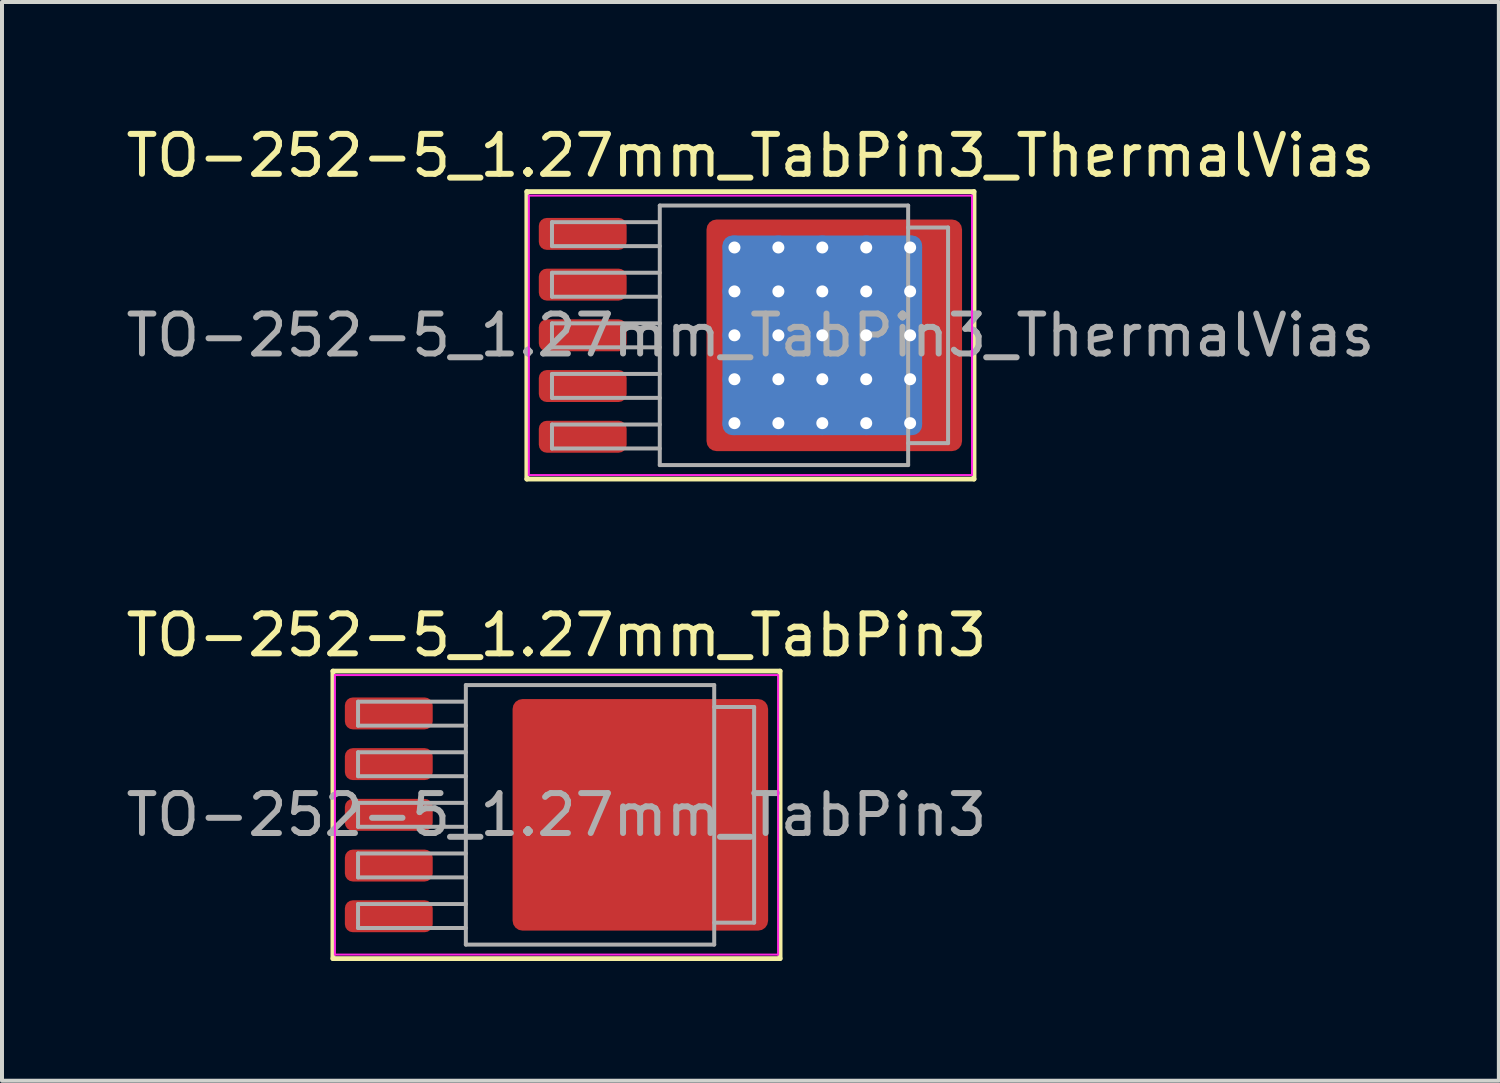
<source format=kicad_pcb>
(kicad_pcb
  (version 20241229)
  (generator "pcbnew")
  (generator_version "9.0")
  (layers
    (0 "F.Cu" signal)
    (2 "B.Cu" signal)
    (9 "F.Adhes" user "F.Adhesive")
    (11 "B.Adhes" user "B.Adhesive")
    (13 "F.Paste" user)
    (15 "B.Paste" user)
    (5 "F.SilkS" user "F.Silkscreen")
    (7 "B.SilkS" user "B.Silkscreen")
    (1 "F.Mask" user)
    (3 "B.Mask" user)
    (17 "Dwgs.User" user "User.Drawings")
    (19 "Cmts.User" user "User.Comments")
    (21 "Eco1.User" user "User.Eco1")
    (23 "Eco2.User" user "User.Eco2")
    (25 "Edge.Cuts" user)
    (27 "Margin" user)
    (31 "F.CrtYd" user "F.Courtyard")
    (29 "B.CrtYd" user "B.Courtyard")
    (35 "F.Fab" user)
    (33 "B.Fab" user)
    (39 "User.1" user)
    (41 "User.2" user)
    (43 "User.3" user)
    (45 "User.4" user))
  (footprint "TO-252-5_1.27mm_TabPin3"
    (layer "F.Cu")
    (at 10.887 17.357)
    (property "Reference" "TO-252-5_1.27mm_TabPin3" (at 0 -4.5 0) (layer "F.SilkS") (effects (font (size 1 1) (thickness 0.15))))
    (attr smd)
    (fp_line (start -5.6 -3.6) (end -5.6 3.6) (stroke (width 0.12) (type solid)) (layer "F.SilkS"))
    (fp_line (start -5.6 3.6) (end 5.6 3.6) (stroke (width 0.12) (type solid)) (layer "F.SilkS"))
    (fp_line (start 5.6 -3.6) (end -5.6 -3.6) (stroke (width 0.12) (type solid)) (layer "F.SilkS"))
    (fp_line (start 5.6 3.6) (end 5.6 -3.6) (stroke (width 0.12) (type solid)) (layer "F.SilkS"))
    (fp_line (start -5.55 -3.5) (end -5.55 3.5) (stroke (width 0.05) (type solid)) (layer "F.CrtYd"))
    (fp_line (start -5.55 3.5) (end 5.55 3.5) (stroke (width 0.05) (type solid)) (layer "F.CrtYd"))
    (fp_line (start 5.55 -3.5) (end -5.55 -3.5) (stroke (width 0.05) (type solid)) (layer "F.CrtYd"))
    (fp_line (start 5.55 3.5) (end 5.55 -3.5) (stroke (width 0.05) (type solid)) (layer "F.CrtYd"))
    (fp_line (start -4.97 -2.834) (end -4.97 -2.234) (stroke (width 0.1) (type solid)) (layer "F.Fab"))
    (fp_line (start -4.97 -2.234) (end -2.27 -2.234) (stroke (width 0.1) (type solid)) (layer "F.Fab"))
    (fp_line (start -4.97 -1.567) (end -4.97 -0.967) (stroke (width 0.1) (type solid)) (layer "F.Fab"))
    (fp_line (start -4.97 -0.967) (end -2.27 -0.967) (stroke (width 0.1) (type solid)) (layer "F.Fab"))
    (fp_line (start -4.97 -0.3) (end -4.97 0.3) (stroke (width 0.1) (type solid)) (layer "F.Fab"))
    (fp_line (start -4.97 0.3) (end -2.27 0.3) (stroke (width 0.1) (type solid)) (layer "F.Fab"))
    (fp_line (start -4.97 0.967) (end -4.97 1.567) (stroke (width 0.1) (type solid)) (layer "F.Fab"))
    (fp_line (start -4.97 1.567) (end -2.27 1.567) (stroke (width 0.1) (type solid)) (layer "F.Fab"))
    (fp_line (start -4.97 2.234) (end -4.97 2.834) (stroke (width 0.1) (type solid)) (layer "F.Fab"))
    (fp_line (start -4.97 2.834) (end -2.27 2.834) (stroke (width 0.1) (type solid)) (layer "F.Fab"))
    (fp_line (start -2.3 -2.834) (end -4.97 -2.834) (stroke (width 0.1) (type solid)) (layer "F.Fab"))
    (fp_line (start -2.27 -3.25) (end 3.95 -3.25) (stroke (width 0.1) (type solid)) (layer "F.Fab"))
    (fp_line (start -2.27 -1.567) (end -4.97 -1.567) (stroke (width 0.1) (type solid)) (layer "F.Fab"))
    (fp_line (start -2.27 -0.3) (end -4.97 -0.3) (stroke (width 0.1) (type solid)) (layer "F.Fab"))
    (fp_line (start -2.27 0.967) (end -4.97 0.967) (stroke (width 0.1) (type solid)) (layer "F.Fab"))
    (fp_line (start -2.27 2.234) (end -4.97 2.234) (stroke (width 0.1) (type solid)) (layer "F.Fab"))
    (fp_line (start -2.27 3.25) (end -2.27 -3.25) (stroke (width 0.1) (type solid)) (layer "F.Fab"))
    (fp_line (start 3.95 -3.25) (end 3.95 3.25) (stroke (width 0.1) (type solid)) (layer "F.Fab"))
    (fp_line (start 3.95 -2.7) (end 4.95 -2.7) (stroke (width 0.1) (type solid)) (layer "F.Fab"))
    (fp_line (start 3.95 3.25) (end -2.27 3.25) (stroke (width 0.1) (type solid)) (layer "F.Fab"))
    (fp_line (start 4.95 -2.7) (end 4.95 2.7) (stroke (width 0.1) (type solid)) (layer "F.Fab"))
    (fp_line (start 4.95 2.7) (end 3.95 2.7) (stroke (width 0.1) (type solid)) (layer "F.Fab"))
    (fp_text user "${REFERENCE}" (at 0 0 0) (layer "F.Fab") (effects (font (size 1 1) (thickness 0.15))))
    (pad "" smd roundrect (at 0 -1.9) (size 1.8 1.6) (layers "F.Paste") (roundrect_rratio 0.167))
    (pad "" smd roundrect (at 0 0) (size 1.8 1.6) (layers "F.Paste") (roundrect_rratio 0.167))
    (pad "" smd roundrect (at 0 1.9) (size 1.8 1.6) (layers "F.Paste") (roundrect_rratio 0.167))
    (pad "" smd roundrect (at 2.1 -1.9) (size 1.8 1.6) (layers "F.Paste") (roundrect_rratio 0.167))
    (pad "" smd roundrect (at 2.1 0) (size 1.8 1.6) (layers "F.Paste") (roundrect_rratio 0.167))
    (pad "" smd roundrect (at 2.1 1.9) (size 1.8 1.6) (layers "F.Paste") (roundrect_rratio 0.167))
    (pad "" smd roundrect (at 4.2 -1.9) (size 1.8 1.6) (layers "F.Paste") (roundrect_rratio 0.167))
    (pad "" smd roundrect (at 4.2 0) (size 1.8 1.6) (layers "F.Paste") (roundrect_rratio 0.167))
    (pad "" smd roundrect (at 4.2 1.9) (size 1.8 1.6) (layers "F.Paste") (roundrect_rratio 0.167))
    (pad "1" smd roundrect (at -4.2 -2.54) (size 2.2 0.8) (layers "F.Cu" "F.Mask" "F.Paste") (roundrect_rratio 0.25))
    (pad "2" smd roundrect (at -4.2 -1.27) (size 2.2 0.8) (layers "F.Cu" "F.Mask" "F.Paste") (roundrect_rratio 0.25))
    (pad "3" smd roundrect (at -4.2 0) (size 2.2 0.8) (layers "F.Cu" "F.Mask" "F.Paste") (roundrect_rratio 0.25))
    (pad "3" smd roundrect (at 2.1 0) (size 6.4 5.8) (layers "F.Cu" "F.Mask") (roundrect_rratio 0.043))
    (pad "4" smd roundrect (at -4.2 1.27) (size 2.2 0.8) (layers "F.Cu" "F.Mask" "F.Paste") (roundrect_rratio 0.25))
    (pad "5" smd roundrect (at -4.2 2.54) (size 2.2 0.8) (layers "F.Cu" "F.Mask" "F.Paste") (roundrect_rratio 0.25)))
  (footprint "TO-252-5_1.27mm_TabPin3_ThermalVias"
    (layer "F.Cu")
    (at 15.744 5.348)
    (property "Reference" "TO-252-5_1.27mm_TabPin3_ThermalVias" (at 0 -4.5 0) (layer "F.SilkS") (effects (font (size 1 1) (thickness 0.15))))
    (attr smd)
    (fp_line (start -5.6 -3.6) (end -5.6 3.6) (stroke (width 0.12) (type solid)) (layer "F.SilkS"))
    (fp_line (start -5.6 3.6) (end 5.6 3.6) (stroke (width 0.12) (type solid)) (layer "F.SilkS"))
    (fp_line (start 5.6 -3.6) (end -5.6 -3.6) (stroke (width 0.12) (type solid)) (layer "F.SilkS"))
    (fp_line (start 5.6 3.6) (end 5.6 -3.6) (stroke (width 0.12) (type solid)) (layer "F.SilkS"))
    (fp_line (start -5.55 -3.5) (end -5.55 3.5) (stroke (width 0.05) (type solid)) (layer "F.CrtYd"))
    (fp_line (start -5.55 3.5) (end 5.55 3.5) (stroke (width 0.05) (type solid)) (layer "F.CrtYd"))
    (fp_line (start 5.55 -3.5) (end -5.55 -3.5) (stroke (width 0.05) (type solid)) (layer "F.CrtYd"))
    (fp_line (start 5.55 3.5) (end 5.55 -3.5) (stroke (width 0.05) (type solid)) (layer "F.CrtYd"))
    (fp_line (start -4.97 -2.834) (end -4.97 -2.234) (stroke (width 0.1) (type solid)) (layer "F.Fab"))
    (fp_line (start -4.97 -2.234) (end -2.27 -2.234) (stroke (width 0.1) (type solid)) (layer "F.Fab"))
    (fp_line (start -4.97 -1.567) (end -4.97 -0.967) (stroke (width 0.1) (type solid)) (layer "F.Fab"))
    (fp_line (start -4.97 -0.967) (end -2.27 -0.967) (stroke (width 0.1) (type solid)) (layer "F.Fab"))
    (fp_line (start -4.97 -0.3) (end -4.97 0.3) (stroke (width 0.1) (type solid)) (layer "F.Fab"))
    (fp_line (start -4.97 0.3) (end -2.27 0.3) (stroke (width 0.1) (type solid)) (layer "F.Fab"))
    (fp_line (start -4.97 0.967) (end -4.97 1.567) (stroke (width 0.1) (type solid)) (layer "F.Fab"))
    (fp_line (start -4.97 1.567) (end -2.27 1.567) (stroke (width 0.1) (type solid)) (layer "F.Fab"))
    (fp_line (start -4.97 2.234) (end -4.97 2.834) (stroke (width 0.1) (type solid)) (layer "F.Fab"))
    (fp_line (start -4.97 2.834) (end -2.27 2.834) (stroke (width 0.1) (type solid)) (layer "F.Fab"))
    (fp_line (start -2.3 -2.834) (end -4.97 -2.834) (stroke (width 0.1) (type solid)) (layer "F.Fab"))
    (fp_line (start -2.27 -3.25) (end 3.95 -3.25) (stroke (width 0.1) (type solid)) (layer "F.Fab"))
    (fp_line (start -2.27 -1.567) (end -4.97 -1.567) (stroke (width 0.1) (type solid)) (layer "F.Fab"))
    (fp_line (start -2.27 -0.3) (end -4.97 -0.3) (stroke (width 0.1) (type solid)) (layer "F.Fab"))
    (fp_line (start -2.27 0.967) (end -4.97 0.967) (stroke (width 0.1) (type solid)) (layer "F.Fab"))
    (fp_line (start -2.27 2.234) (end -4.97 2.234) (stroke (width 0.1) (type solid)) (layer "F.Fab"))
    (fp_line (start -2.27 3.25) (end -2.27 -3.25) (stroke (width 0.1) (type solid)) (layer "F.Fab"))
    (fp_line (start 3.95 -3.25) (end 3.95 3.25) (stroke (width 0.1) (type solid)) (layer "F.Fab"))
    (fp_line (start 3.95 -2.7) (end 4.95 -2.7) (stroke (width 0.1) (type solid)) (layer "F.Fab"))
    (fp_line (start 3.95 3.25) (end -2.27 3.25) (stroke (width 0.1) (type solid)) (layer "F.Fab"))
    (fp_line (start 4.95 -2.7) (end 4.95 2.7) (stroke (width 0.1) (type solid)) (layer "F.Fab"))
    (fp_line (start 4.95 2.7) (end 3.95 2.7) (stroke (width 0.1) (type solid)) (layer "F.Fab"))
    (fp_text user "${REFERENCE}" (at 0 0 0) (layer "F.Fab") (effects (font (size 1 1) (thickness 0.15))))
    (pad "" smd roundrect (at -0.8 -2.55 90) (size 0.5 0.5) (layers "F.Paste") (roundrect_rratio 0.25))
    (pad "" smd roundrect (at -0.8 -1.65 90) (size 0.9 0.5) (layers "F.Paste") (roundrect_rratio 0.25))
    (pad "" smd roundrect (at -0.8 -0.55 90) (size 0.9 0.5) (layers "F.Paste") (roundrect_rratio 0.25))
    (pad "" smd roundrect (at -0.8 0.55 90) (size 0.9 0.5) (layers "F.Paste") (roundrect_rratio 0.25))
    (pad "" smd roundrect (at -0.8 1.65 90) (size 0.9 0.5) (layers "F.Paste") (roundrect_rratio 0.25))
    (pad "" smd roundrect (at -0.8 2.6 90) (size 0.5 0.5) (layers "F.Paste") (roundrect_rratio 0.25))
    (pad "" smd roundrect (at 0.15 -2.55) (size 0.9 0.5) (layers "F.Paste") (roundrect_rratio 0.25))
    (pad "" smd roundrect (at 0.15 -1.65) (size 0.9 0.9) (layers "F.Paste") (roundrect_rratio 0.25))
    (pad "" smd roundrect (at 0.15 -0.55) (size 0.9 0.9) (layers "F.Paste") (roundrect_rratio 0.25))
    (pad "" smd roundrect (at 0.15 0.55) (size 0.9 0.9) (layers "F.Paste") (roundrect_rratio 0.25))
    (pad "" smd roundrect (at 0.15 1.65) (size 0.9 0.9) (layers "F.Paste") (roundrect_rratio 0.25))
    (pad "" smd roundrect (at 0.15 2.6) (size 0.9 0.5) (layers "F.Paste") (roundrect_rratio 0.25))
    (pad "" smd roundrect (at 1.25 -2.55) (size 0.9 0.5) (layers "F.Paste") (roundrect_rratio 0.25))
    (pad "" smd roundrect (at 1.25 -1.65) (size 0.9 0.9) (layers "F.Paste") (roundrect_rratio 0.25))
    (pad "" smd roundrect (at 1.25 -0.55) (size 0.9 0.9) (layers "F.Paste") (roundrect_rratio 0.25))
    (pad "" smd roundrect (at 1.25 0.55) (size 0.9 0.9) (layers "F.Paste") (roundrect_rratio 0.25))
    (pad "" smd roundrect (at 1.25 1.65) (size 0.9 0.9) (layers "F.Paste") (roundrect_rratio 0.25))
    (pad "" smd roundrect (at 1.25 2.6) (size 0.9 0.5) (layers "F.Paste") (roundrect_rratio 0.25))
    (pad "" smd roundrect (at 2.35 -2.55) (size 0.9 0.5) (layers "F.Paste") (roundrect_rratio 0.25))
    (pad "" smd roundrect (at 2.35 -1.65) (size 0.9 0.9) (layers "F.Paste") (roundrect_rratio 0.25))
    (pad "" smd roundrect (at 2.35 -0.55) (size 0.9 0.9) (layers "F.Paste") (roundrect_rratio 0.25))
    (pad "" smd roundrect (at 2.35 0.55) (size 0.9 0.9) (layers "F.Paste") (roundrect_rratio 0.25))
    (pad "" smd roundrect (at 2.35 1.65) (size 0.9 0.9) (layers "F.Paste") (roundrect_rratio 0.25))
    (pad "" smd roundrect (at 2.35 2.6) (size 0.9 0.5) (layers "F.Paste") (roundrect_rratio 0.25))
    (pad "" smd roundrect (at 3.45 -2.55) (size 0.9 0.5) (layers "F.Paste") (roundrect_rratio 0.25))
    (pad "" smd roundrect (at 3.45 -1.65) (size 0.9 0.9) (layers "F.Paste") (roundrect_rratio 0.25))
    (pad "" smd roundrect (at 3.45 -0.55) (size 0.9 0.9) (layers "F.Paste") (roundrect_rratio 0.25))
    (pad "" smd roundrect (at 3.45 0.55) (size 0.9 0.9) (layers "F.Paste") (roundrect_rratio 0.25))
    (pad "" smd roundrect (at 3.45 1.65) (size 0.9 0.9) (layers "F.Paste") (roundrect_rratio 0.25))
    (pad "" smd roundrect (at 3.45 2.6) (size 0.9 0.5) (layers "F.Paste") (roundrect_rratio 0.25))
    (pad "" smd roundrect (at 4.6 -2.55 90) (size 0.5 0.9) (layers "F.Paste") (roundrect_rratio 0.25))
    (pad "" smd roundrect (at 4.6 -1.65 90) (size 0.9 0.9) (layers "F.Paste") (roundrect_rratio 0.25))
    (pad "" smd roundrect (at 4.6 -0.55 90) (size 0.9 0.9) (layers "F.Paste") (roundrect_rratio 0.25))
    (pad "" smd roundrect (at 4.6 0.55 90) (size 0.9 0.9) (layers "F.Paste") (roundrect_rratio 0.25))
    (pad "" smd roundrect (at 4.6 1.65 90) (size 0.9 0.9) (layers "F.Paste") (roundrect_rratio 0.25))
    (pad "" smd roundrect (at 4.6 2.6 90) (size 0.5 0.9) (layers "F.Paste") (roundrect_rratio 0.25))
    (pad "1" smd roundrect (at -4.2 -2.54) (size 2.2 0.8) (layers "F.Cu" "F.Mask" "F.Paste") (roundrect_rratio 0.25))
    (pad "2" smd roundrect (at -4.2 -1.27) (size 2.2 0.8) (layers "F.Cu" "F.Mask" "F.Paste") (roundrect_rratio 0.25))
    (pad "3" smd roundrect (at -4.2 0) (size 2.2 0.8) (layers "F.Cu" "F.Mask" "F.Paste") (roundrect_rratio 0.25))
    (pad "3" thru_hole circle (at -0.4 -2.2) (size 0.6 0.6) (drill 0.3) (property pad_prop_heatsink) (layers "*.Cu"))
    (pad "3" thru_hole circle (at -0.4 -1.1) (size 0.6 0.6) (drill 0.3) (property pad_prop_heatsink) (layers "*.Cu"))
    (pad "3" thru_hole circle (at -0.4 0) (size 0.6 0.6) (drill 0.3) (property pad_prop_heatsink) (layers "*.Cu"))
    (pad "3" thru_hole circle (at -0.4 1.1) (size 0.6 0.6) (drill 0.3) (property pad_prop_heatsink) (layers "*.Cu"))
    (pad "3" thru_hole circle (at -0.4 2.2) (size 0.6 0.6) (drill 0.3) (property pad_prop_heatsink) (layers "*.Cu"))
    (pad "3" thru_hole circle (at 0.7 -2.2) (size 0.6 0.6) (drill 0.3) (property pad_prop_heatsink) (layers "*.Cu"))
    (pad "3" thru_hole circle (at 0.7 -1.1) (size 0.6 0.6) (drill 0.3) (property pad_prop_heatsink) (layers "*.Cu"))
    (pad "3" thru_hole circle (at 0.7 0) (size 0.6 0.6) (drill 0.3) (property pad_prop_heatsink) (layers "*.Cu"))
    (pad "3" thru_hole circle (at 0.7 1.1) (size 0.6 0.6) (drill 0.3) (property pad_prop_heatsink) (layers "*.Cu"))
    (pad "3" thru_hole circle (at 0.7 2.2) (size 0.6 0.6) (drill 0.3) (property pad_prop_heatsink) (layers "*.Cu"))
    (pad "3" thru_hole circle (at 1.8 -2.2) (size 0.6 0.6) (drill 0.3) (property pad_prop_heatsink) (layers "*.Cu"))
    (pad "3" thru_hole circle (at 1.8 -1.1) (size 0.6 0.6) (drill 0.3) (property pad_prop_heatsink) (layers "*.Cu"))
    (pad "3" thru_hole circle (at 1.8 0) (size 0.6 0.6) (drill 0.3) (property pad_prop_heatsink) (layers "*.Cu"))
    (pad "3" smd roundrect (at 1.8 0) (size 5 5) (layers "B.Cu" "B.Mask") (roundrect_rratio 0.05))
    (pad "3" thru_hole circle (at 1.8 1.1) (size 0.6 0.6) (drill 0.3) (property pad_prop_heatsink) (layers "*.Cu"))
    (pad "3" thru_hole circle (at 1.8 2.2) (size 0.6 0.6) (drill 0.3) (property pad_prop_heatsink) (layers "*.Cu"))
    (pad "3" smd roundrect (at 2.1 0) (size 6.4 5.8) (layers "F.Cu" "F.Mask") (roundrect_rratio 0.043))
    (pad "3" thru_hole circle (at 2.9 -2.2) (size 0.6 0.6) (drill 0.3) (property pad_prop_heatsink) (layers "*.Cu"))
    (pad "3" thru_hole circle (at 2.9 -1.1) (size 0.6 0.6) (drill 0.3) (property pad_prop_heatsink) (layers "*.Cu"))
    (pad "3" thru_hole circle (at 2.9 0) (size 0.6 0.6) (drill 0.3) (property pad_prop_heatsink) (layers "*.Cu"))
    (pad "3" thru_hole circle (at 2.9 1.1) (size 0.6 0.6) (drill 0.3) (property pad_prop_heatsink) (layers "*.Cu"))
    (pad "3" thru_hole circle (at 2.9 2.2) (size 0.6 0.6) (drill 0.3) (property pad_prop_heatsink) (layers "*.Cu"))
    (pad "3" thru_hole circle (at 4 -2.2) (size 0.6 0.6) (drill 0.3) (property pad_prop_heatsink) (layers "*.Cu"))
    (pad "3" thru_hole circle (at 4 -1.1) (size 0.6 0.6) (drill 0.3) (property pad_prop_heatsink) (layers "*.Cu"))
    (pad "3" thru_hole circle (at 4 0) (size 0.6 0.6) (drill 0.3) (property pad_prop_heatsink) (layers "*.Cu"))
    (pad "3" thru_hole circle (at 4 1.1) (size 0.6 0.6) (drill 0.3) (property pad_prop_heatsink) (layers "*.Cu"))
    (pad "3" thru_hole circle (at 4 2.2) (size 0.6 0.6) (drill 0.3) (property pad_prop_heatsink) (layers "*.Cu"))
    (pad "4" smd roundrect (at -4.2 1.27) (size 2.2 0.8) (layers "F.Cu" "F.Mask" "F.Paste") (roundrect_rratio 0.25))
    (pad "5" smd roundrect (at -4.2 2.54) (size 2.2 0.8) (layers "F.Cu" "F.Mask" "F.Paste") (roundrect_rratio 0.25)))
  (gr_rect
    (start -3 -3)
    (end 34.488 24.017)
    (stroke (width 0.1) (type default))
    (fill no)
    (layer "Edge.Cuts")))
</source>
